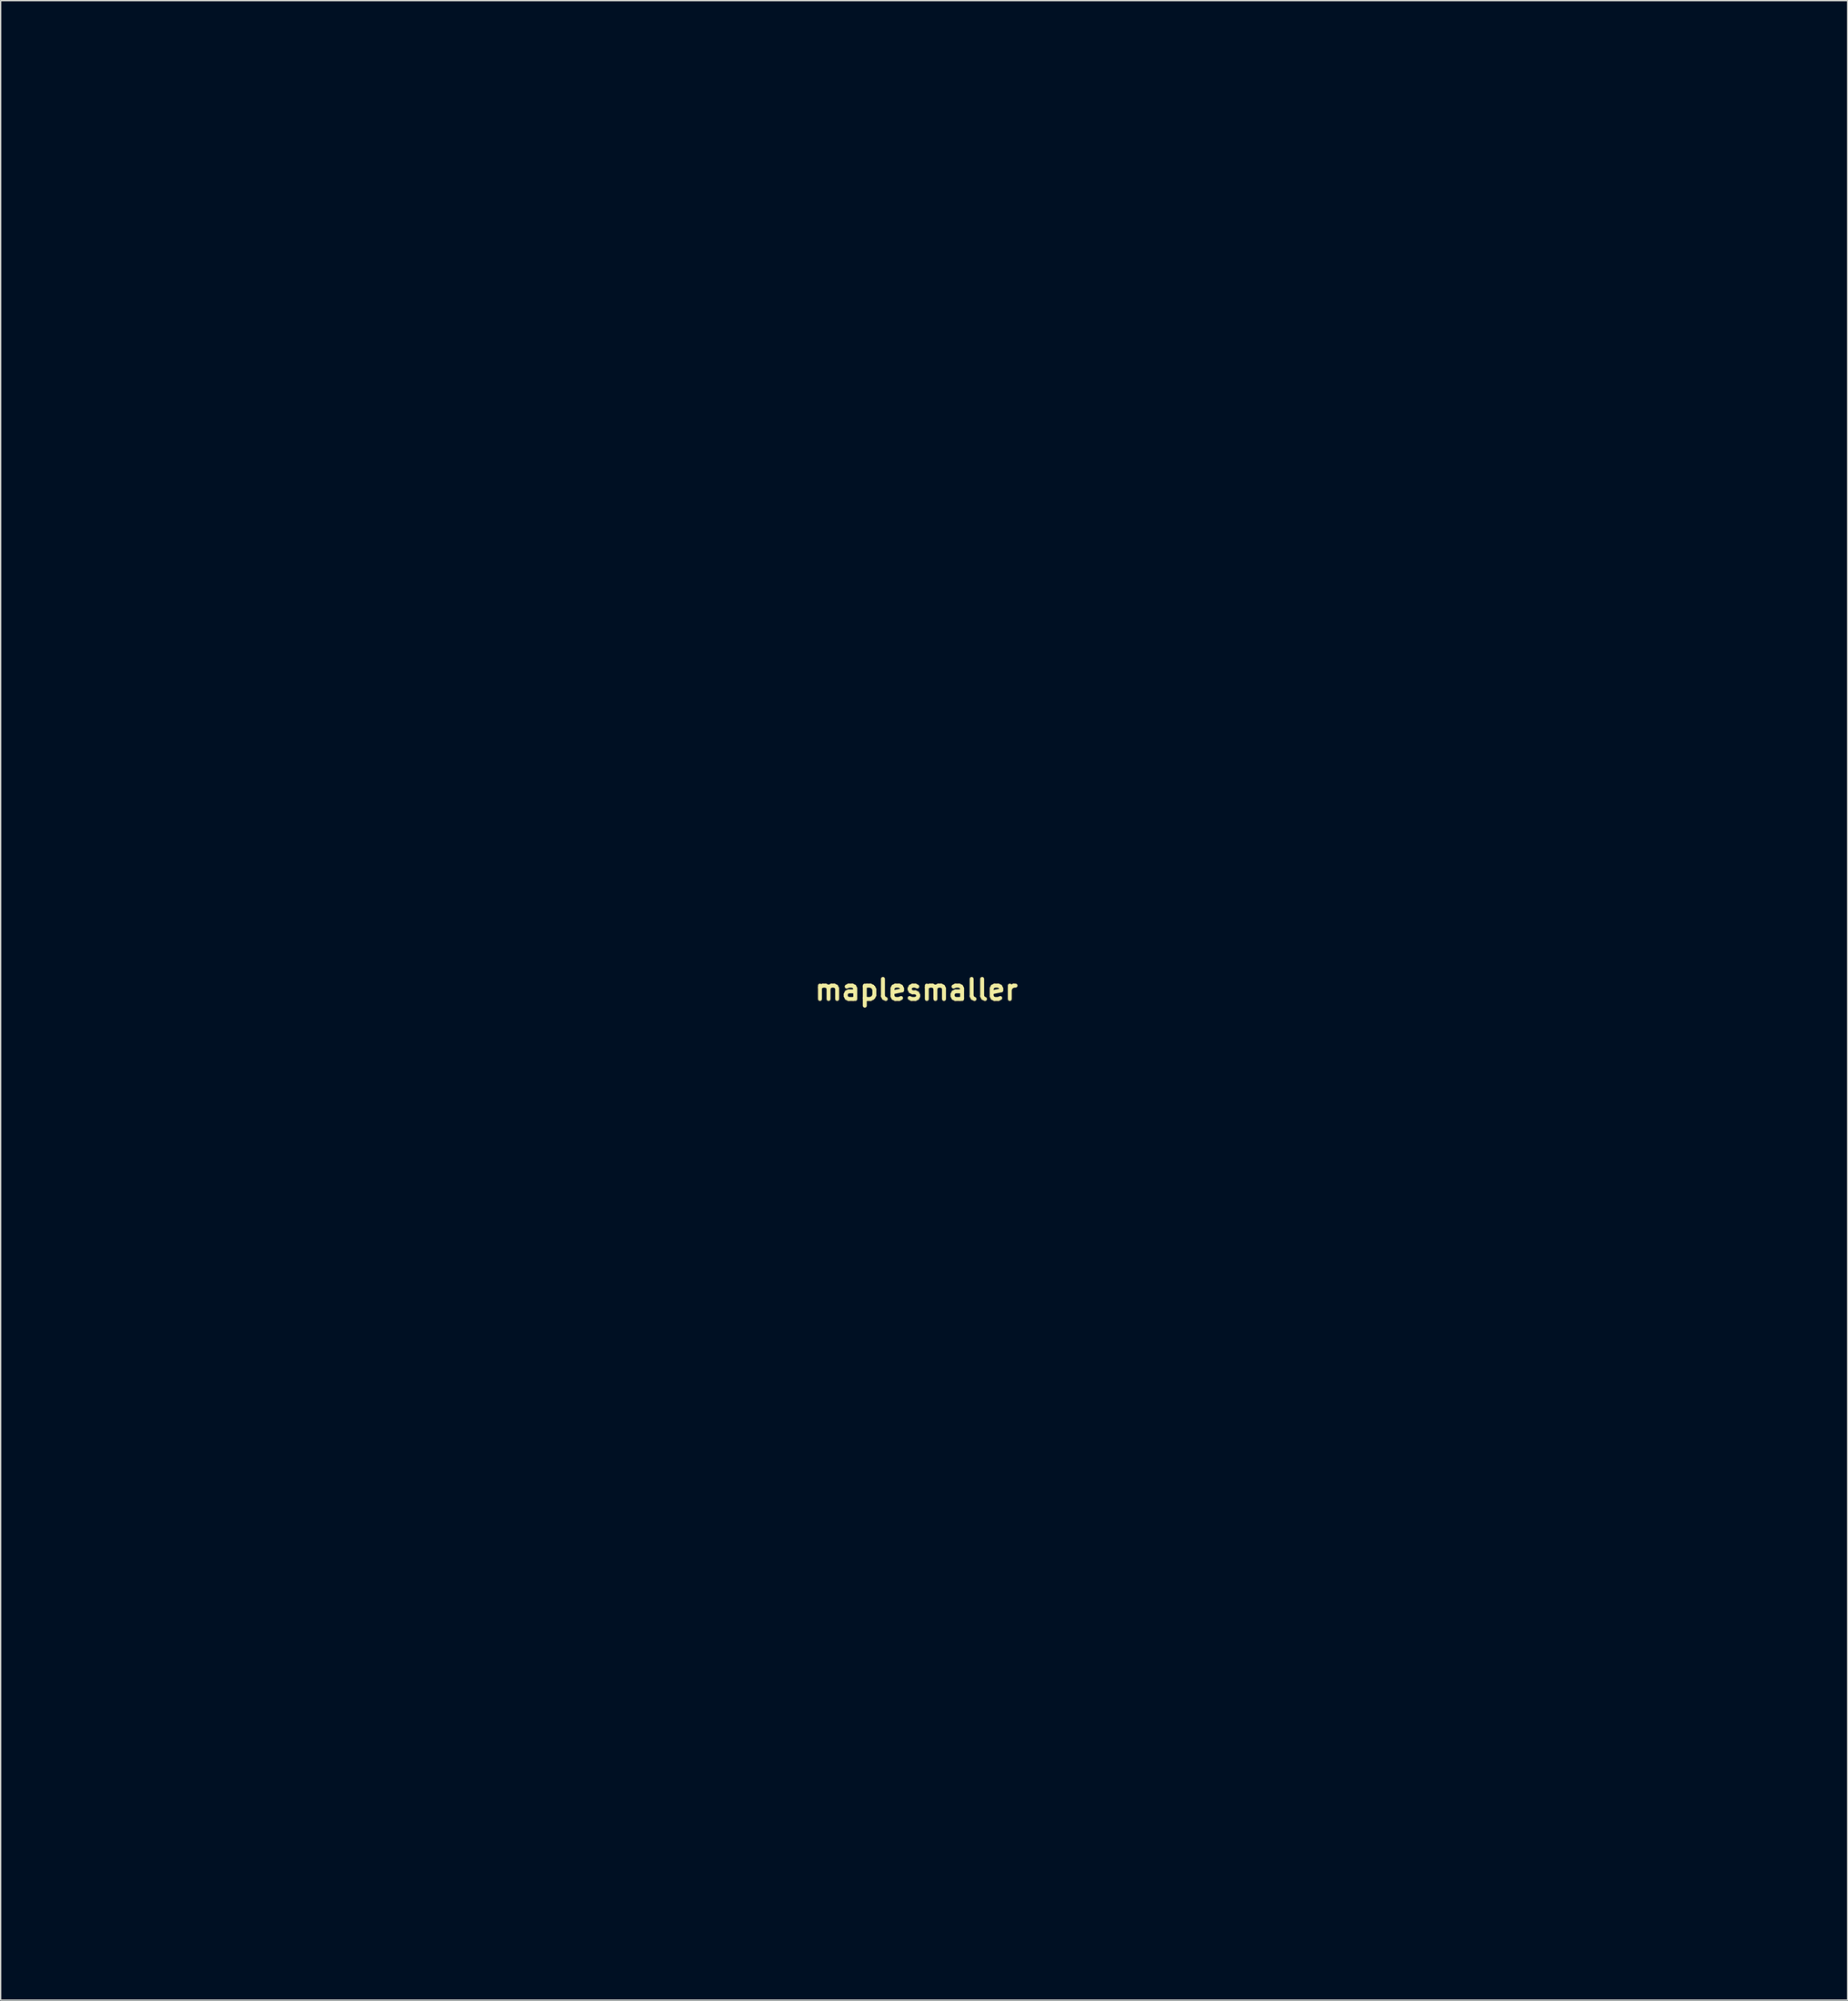
<source format=kicad_pcb>
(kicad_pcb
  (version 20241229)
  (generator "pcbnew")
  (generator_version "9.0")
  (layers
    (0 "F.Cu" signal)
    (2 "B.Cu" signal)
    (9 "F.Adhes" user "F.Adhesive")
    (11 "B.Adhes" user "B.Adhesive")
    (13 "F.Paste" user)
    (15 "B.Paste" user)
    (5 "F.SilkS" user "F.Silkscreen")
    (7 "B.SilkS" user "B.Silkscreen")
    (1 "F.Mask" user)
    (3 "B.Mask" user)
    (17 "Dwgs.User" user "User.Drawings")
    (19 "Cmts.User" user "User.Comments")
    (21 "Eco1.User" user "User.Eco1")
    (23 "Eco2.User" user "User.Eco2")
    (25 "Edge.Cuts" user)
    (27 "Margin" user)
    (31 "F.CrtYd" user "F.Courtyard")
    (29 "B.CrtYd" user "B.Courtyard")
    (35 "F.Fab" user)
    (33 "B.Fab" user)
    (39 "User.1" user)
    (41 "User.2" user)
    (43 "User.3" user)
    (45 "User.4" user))
  (footprint "maplesmaller"
    (layer "F.Cu")
    (at 66.66 72.231)
    (property "Reference" "maplesmaller" (at 0 0 0) (layer "F.SilkS") (effects (font (size 1.524 1.524) (thickness 0.3))))
    (attr through_hole)
    (fp_poly (pts (xy 1.58 -71.69) (xy 3.185 -69.751) (xy 5.133 -66.407) (xy 7.6 -61.659) (xy 8.282 -60.325) (xy 10.313 -56.396) (xy 12.103 -53.013) (xy 13.525 -50.409) (xy 14.454 -48.813) (xy 14.753 -48.419) (xy 15.583 -48.771) (xy 17.44 -49.706) (xy 19.962 -51.038) (xy 20.622 -51.395) (xy 23.4 -52.865) (xy 25.156 -53.634) (xy 26.251 -53.79) (xy 27.041 -53.418) (xy 27.455 -53.041) (xy 27.887 -52.511) (xy 28.153 -51.788) (xy 28.234 -50.66) (xy 28.112 -48.914) (xy 27.766 -46.34) (xy 27.179 -42.724) (xy 26.331 -37.855) (xy 25.856 -35.181) (xy 24.964 -30.212) (xy 24.151 -25.746) (xy 23.461 -22.029) (xy 22.941 -19.308) (xy 22.637 -17.828) (xy 22.593 -17.661) (xy 22.473 -16.786) (xy 23.022 -16.892) (xy 24.309 -18.046) (xy 26.403 -20.311) (xy 29.373 -23.752) (xy 30.428 -25.003) (xy 33.722 -28.843) (xy 36.215 -31.46) (xy 38.076 -32.891) (xy 39.472 -33.171) (xy 40.572 -32.336) (xy 41.542 -30.422) (xy 42.514 -27.583) (xy 43.444 -25.134) (xy 44.383 -23.487) (xy 44.998 -23.019) (xy 46.166 -23.193) (xy 48.511 -23.666) (xy 51.668 -24.36) (xy 54.529 -25.022) (xy 58.763 -25.991) (xy 61.777 -26.474) (xy 63.703 -26.302) (xy 64.676 -25.307) (xy 64.829 -23.318) (xy 64.297 -20.168) (xy 63.212 -15.686) (xy 62.896 -14.439) (xy 61.932 -10.546) (xy 61.134 -7.129) (xy 60.574 -4.524) (xy 60.33 -3.068) (xy 60.325 -2.965) (xy 60.992 -1.769) (xy 62.692 -0.443) (xy 63.355 -0.074) (xy 66.236 1.622) (xy 67.693 3.116) (xy 67.847 4.575) (xy 67.367 5.5) (xy 66.473 6.429) (xy 64.545 8.218) (xy 61.766 10.704) (xy 58.318 13.726) (xy 54.385 17.122) (xy 51.594 19.503) (xy 47.468 23.031) (xy 43.734 26.267) (xy 40.568 29.055) (xy 38.145 31.24) (xy 36.643 32.666) (xy 36.235 33.124) (xy 36.052 34.554) (xy 36.352 37.092) (xy 36.872 39.49) (xy 37.497 42.081) (xy 37.78 44.012) (xy 37.548 45.349) (xy 36.627 46.159) (xy 34.846 46.508) (xy 32.032 46.463) (xy 28.011 46.091) (xy 22.612 45.459) (xy 21.689 45.347) (xy 17.034 44.796) (xy 12.854 44.32) (xy 9.433 43.95) (xy 7.055 43.717) (xy 6.06 43.649) (xy 5.548 43.726) (xy 5.183 44.091) (xy 4.952 44.953) (xy 4.842 46.522) (xy 4.84 49.006) (xy 4.935 52.615) (xy 5.114 57.559) (xy 5.159 58.737) (xy 5.74 73.819) (xy -5.003 73.819) (xy -4.448 58.737) (xy -4.268 53.326) (xy -4.187 49.317) (xy -4.212 46.528) (xy -4.346 44.779) (xy -4.597 43.887) (xy -4.923 43.666) (xy -6.03 43.763) (xy -8.42 44.027) (xy -11.799 44.422) (xy -15.877 44.916) (xy -18.605 45.253) (xy -24.677 45.997) (xy -29.333 46.492) (xy -32.736 46.692) (xy -35.044 46.55) (xy -36.419 46.02) (xy -37.019 45.054) (xy -37.006 43.608) (xy -36.539 41.632) (xy -36.102 40.157) (xy -35.51 38.178) (xy -35.145 36.548) (xy -35.124 35.104) (xy -35.564 33.678) (xy -36.581 32.107) (xy -38.291 30.226) (xy -40.81 27.868) (xy -44.256 24.87) (xy -48.744 21.065) (xy -50.78 19.346) (xy -56.009 14.889) (xy -60.081 11.324) (xy -63.089 8.561) (xy -65.126 6.512) (xy -66.283 5.088) (xy -66.495 4.583) (xy -58.737 4.583) (xy -58.157 5.25) (xy -56.529 6.78) (xy -54.028 9.019) (xy -50.826 11.812) (xy -47.096 15.007) (xy -45.158 16.648) (xy -41.149 20.062) (xy -37.506 23.228) (xy -34.423 25.973) (xy -32.092 28.123) (xy -30.706 29.507) (xy -30.45 29.822) (xy -29.354 32.804) (xy -29.289 36.573) (xy -29.639 38.544) (xy -30.222 40.972) (xy -18.881 39.574) (xy -14.5 39.06) (xy -10.395 38.626) (xy -6.966 38.309) (xy -4.608 38.149) (xy -4.214 38.138) (xy -2.047 38.274) (xy -0.636 38.659) (xy -0.437 38.829) (xy 0.528 39.047) (xy 2.19 38.497) (xy 3.277 38.099) (xy 4.684 37.906) (xy 6.694 37.926) (xy 9.586 38.17) (xy 13.641 38.644) (xy 15.875 38.93) (xy 21.146 39.619) (xy 25.038 40.1) (xy 27.749 40.348) (xy 29.479 40.333) (xy 30.425 40.03) (xy 30.787 39.409) (xy 30.761 38.444) (xy 30.548 37.107) (xy 30.516 36.898) (xy 30.389 33.537) (xy 30.921 31.041) (xy 31.795 29.869) (xy 33.728 27.845) (xy 36.551 25.122) (xy 40.096 21.854) (xy 44.193 18.193) (xy 48.673 14.295) (xy 53.367 10.311) (xy 57.828 6.622) (xy 59.928 4.91) (xy 57.686 3.144) (xy 55.987 1.602) (xy 54.958 -0.015) (xy 54.561 -2.027) (xy 54.759 -4.752) (xy 55.516 -8.51) (xy 56.068 -10.784) (xy 56.882 -14.2) (xy 57.474 -17.011) (xy 57.777 -18.886) (xy 57.768 -19.49) (xy 56.863 -19.51) (xy 54.843 -19.202) (xy 52.131 -18.631) (xy 51.909 -18.579) (xy 47.674 -17.692) (xy 44.614 -17.379) (xy 42.416 -17.664) (xy 40.766 -18.568) (xy 39.886 -19.444) (xy 38.664 -21.177) (xy 38.104 -22.587) (xy 38.1 -22.666) (xy 37.875 -23.621) (xy 37.13 -23.558) (xy 35.755 -22.395) (xy 33.643 -20.053) (xy 32.117 -18.219) (xy 28.994 -14.54) (xy 26.536 -12.007) (xy 24.528 -10.446) (xy 22.755 -9.681) (xy 21.421 -9.525) (xy 19.601 -9.771) (xy 18.29 -10.61) (xy 17.473 -12.189) (xy 17.137 -14.657) (xy 17.266 -18.163) (xy 17.846 -22.855) (xy 18.862 -28.882) (xy 19.283 -31.155) (xy 20.246 -36.496) (xy 20.9 -40.658) (xy 21.231 -43.537) (xy 21.226 -45.027) (xy 21.091 -45.219) (xy 19.841 -44.757) (xy 18.7 -44.028) (xy 16.15 -42.972) (xy 13.325 -43.08) (xy 10.895 -44.303) (xy 10.54 -44.648) (xy 9.525 -46.074) (xy 8.04 -48.558) (xy 6.301 -51.727) (xy 4.839 -54.57) (xy 3.2 -57.786) (xy 1.803 -60.402) (xy 0.802 -62.135) (xy 0.364 -62.706) (xy -0.121 -62.035) (xy -1.141 -60.206) (xy -2.55 -57.492) (xy -4.202 -54.169) (xy -4.3 -53.967) (xy -6.029 -50.477) (xy -7.593 -47.442) (xy -8.818 -45.188) (xy -9.531 -44.045) (xy -11.187 -43.14) (xy -13.704 -42.917) (xy -16.509 -43.373) (xy -18.296 -44.074) (xy -19.269 -44.579) (xy -19.957 -44.818) (xy -20.361 -44.6) (xy -20.479 -43.737) (xy -20.311 -42.04) (xy -19.856 -39.32) (xy -19.113 -35.389) (xy -18.256 -30.956) (xy -17.116 -24.759) (xy -16.367 -19.912) (xy -16 -16.228) (xy -16.005 -13.521) (xy -16.372 -11.605) (xy -17.092 -10.294) (xy -17.189 -10.183) (xy -18.794 -8.946) (xy -20.593 -8.719) (xy -22.715 -9.573) (xy -25.291 -11.585) (xy -28.453 -14.826) (xy -31.363 -18.201) (xy -33.891 -21.157) (xy -35.611 -22.94) (xy -36.664 -23.648) (xy -37.191 -23.382) (xy -37.331 -22.423) (xy -38.106 -20.129) (xy -40.101 -18.223) (xy -41.475 -17.537) (xy -43.175 -17.23) (xy -45.642 -17.413) (xy -49.206 -18.115) (xy -49.993 -18.3) (xy -53.038 -19.009) (xy -55.488 -19.547) (xy -56.935 -19.824) (xy -57.122 -19.844) (xy -57.188 -19.141) (xy -56.839 -17.243) (xy -56.143 -14.469) (xy -55.484 -12.174) (xy -54.493 -8.65) (xy -53.716 -5.461) (xy -53.259 -3.062) (xy -53.181 -2.216) (xy -53.689 -0.274) (xy -54.933 1.767) (xy -56.499 3.362) (xy -57.908 3.969) (xy -58.709 4.423) (xy -58.737 4.583) (xy -66.495 4.583) (xy -66.655 4.203) (xy -66.655 4.201) (xy -66.16 2.771) (xy -64.494 1.276) (xy -62.905 0.289) (xy -60.773 -0.938) (xy -59.286 -1.809) (xy -58.86 -2.069) (xy -58.96 -2.862) (xy -59.424 -4.895) (xy -60.183 -7.884) (xy -61.165 -11.541) (xy -61.44 -12.536) (xy -62.758 -17.383) (xy -63.634 -20.93) (xy -64.092 -23.392) (xy -64.159 -24.986) (xy -63.86 -25.927) (xy -63.221 -26.432) (xy -63.09 -26.486) (xy -61.855 -26.501) (xy -59.459 -26.181) (xy -56.279 -25.584) (xy -53.571 -24.983) (xy -50.046 -24.175) (xy -47.027 -23.528) (xy -44.89 -23.12) (xy -44.09 -23.019) (xy -43.122 -23.758) (xy -42.245 -25.766) (xy -42.072 -26.392) (xy -41.072 -29.897) (xy -40.132 -32.062) (xy -39.122 -33.123) (xy -38.231 -33.337) (xy -37.083 -32.722) (xy -35.116 -30.958) (xy -32.457 -28.172) (xy -29.341 -24.616) (xy -26.696 -21.546) (xy -24.421 -18.998) (xy -22.704 -17.176) (xy -21.737 -16.284) (xy -21.6 -16.236) (xy -21.643 -17.08) (xy -21.952 -19.257) (xy -22.49 -22.542) (xy -23.218 -26.709) (xy -24.1 -31.534) (xy -24.597 -34.178) (xy -25.672 -39.884) (xy -26.461 -44.235) (xy -26.986 -47.435) (xy -27.27 -49.686) (xy -27.334 -51.191) (xy -27.201 -52.154) (xy -26.891 -52.777) (xy -26.626 -53.075) (xy -25.859 -53.668) (xy -24.95 -53.774) (xy -23.543 -53.307) (xy -21.282 -52.177) (xy -19.829 -51.395) (xy -17.196 -49.994) (xy -15.135 -48.947) (xy -14.012 -48.44) (xy -13.923 -48.419) (xy -13.447 -49.092) (xy -12.394 -50.956) (xy -10.889 -53.777) (xy -9.057 -57.324) (xy -7.541 -60.325) (xy -4.977 -65.407) (xy -2.961 -69.084) (xy -1.315 -71.357) (xy 0.139 -72.226) (xy 1.58 -71.69)) (stroke (width 0.01) (type solid)) (fill yes) (layer "F.Mask")))
  (gr_rect
    (start -3 -3)
    (end 137.512 149.055)
    (stroke (width 0.1) (type default))
    (fill no)
    (layer "Edge.Cuts")))
</source>
